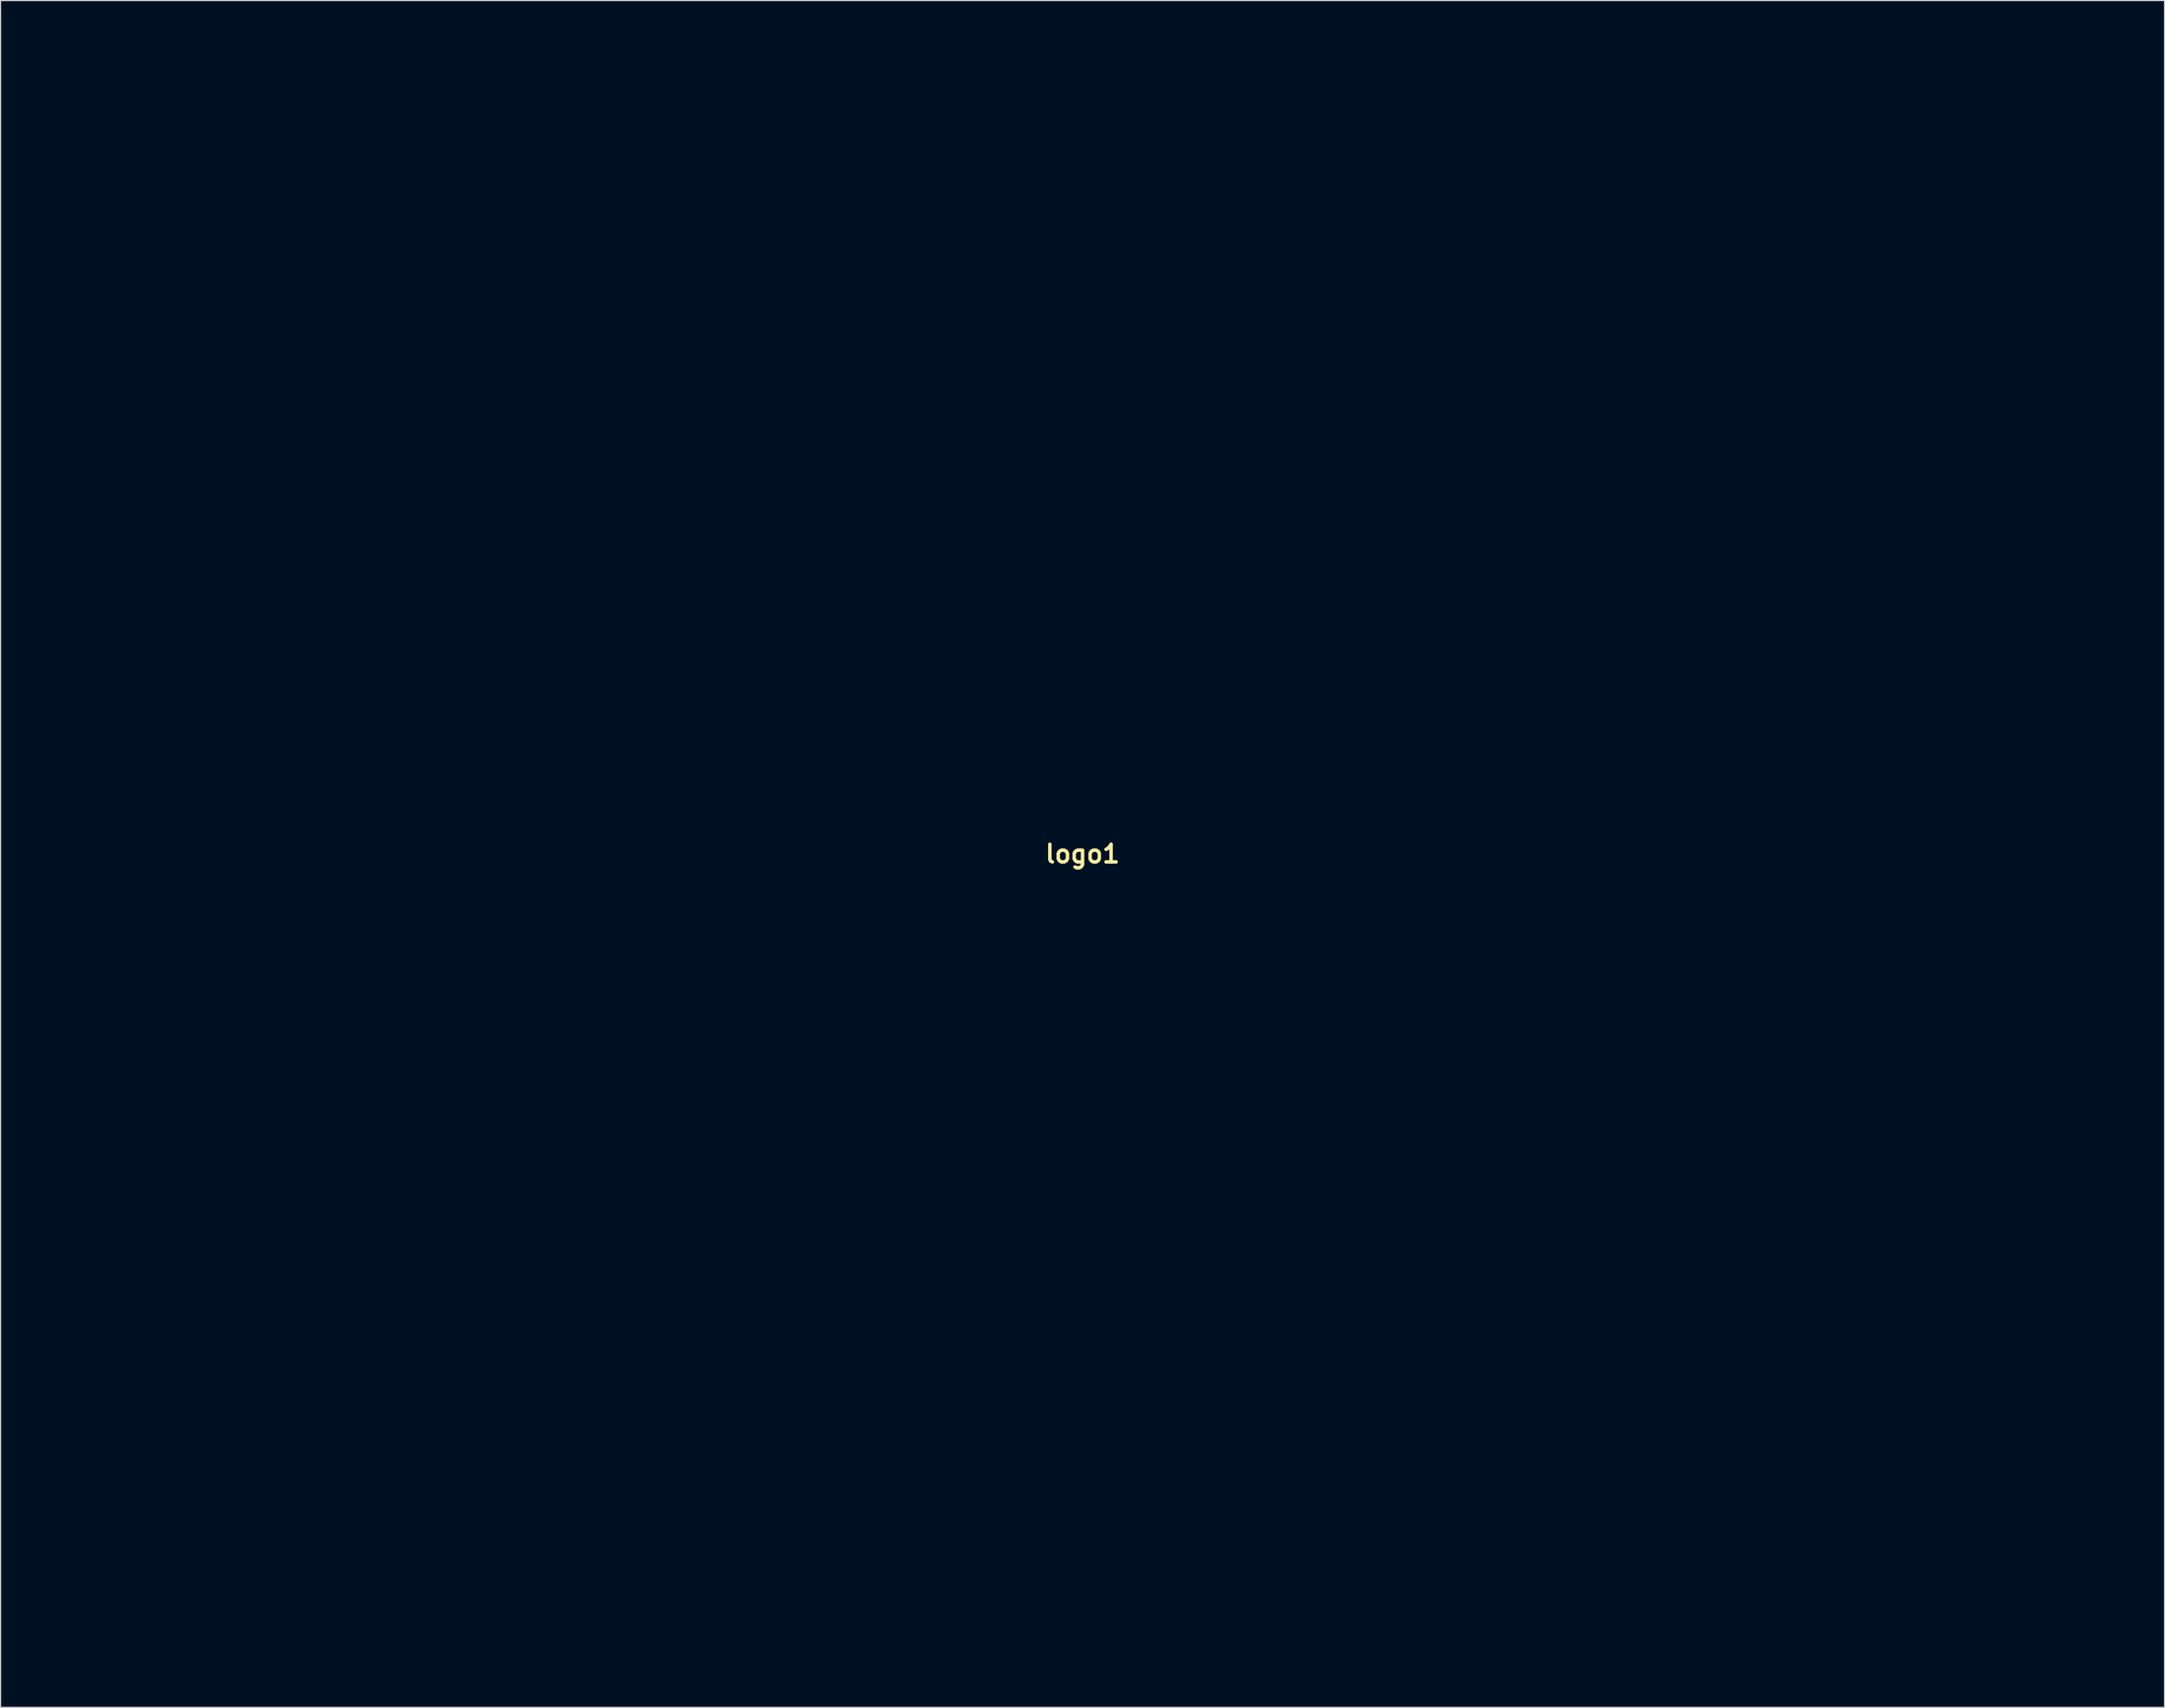
<source format=kicad_pcb>
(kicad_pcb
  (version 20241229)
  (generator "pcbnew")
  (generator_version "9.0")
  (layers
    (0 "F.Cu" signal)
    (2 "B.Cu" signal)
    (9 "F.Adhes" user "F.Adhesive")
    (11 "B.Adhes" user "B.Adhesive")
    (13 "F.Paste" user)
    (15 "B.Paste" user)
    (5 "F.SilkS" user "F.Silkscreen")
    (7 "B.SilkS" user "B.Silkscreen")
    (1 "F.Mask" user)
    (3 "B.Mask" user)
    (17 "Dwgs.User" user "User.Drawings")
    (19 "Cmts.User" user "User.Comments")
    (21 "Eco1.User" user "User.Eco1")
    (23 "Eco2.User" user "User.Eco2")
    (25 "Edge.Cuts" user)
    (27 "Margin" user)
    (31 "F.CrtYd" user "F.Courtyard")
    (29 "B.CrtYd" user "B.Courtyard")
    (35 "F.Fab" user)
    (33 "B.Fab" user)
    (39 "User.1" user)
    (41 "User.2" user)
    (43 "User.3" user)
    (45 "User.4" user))
  (footprint "logo1"
    (layer "F.Cu")
    (at 90.592 70.876)
    (property "Reference" "logo1" (at 0 0 0) (layer "F.SilkS") (effects (font (size 1.524 1.524) (thickness 0.3))))
    (attr through_hole)
    (fp_poly (pts (xy 90.587 70.871) (xy -90.587 70.871) (xy -90.587 -70.871) (xy 90.587 -70.871) (xy 90.587 70.871)) (stroke (width 0.01) (type solid)) (fill no) (layer "Eco2.User")))
  (gr_rect
    (start -3 -3)
    (end 184.185 144.753)
    (stroke (width 0.1) (type default))
    (fill no)
    (layer "Edge.Cuts")))
</source>
